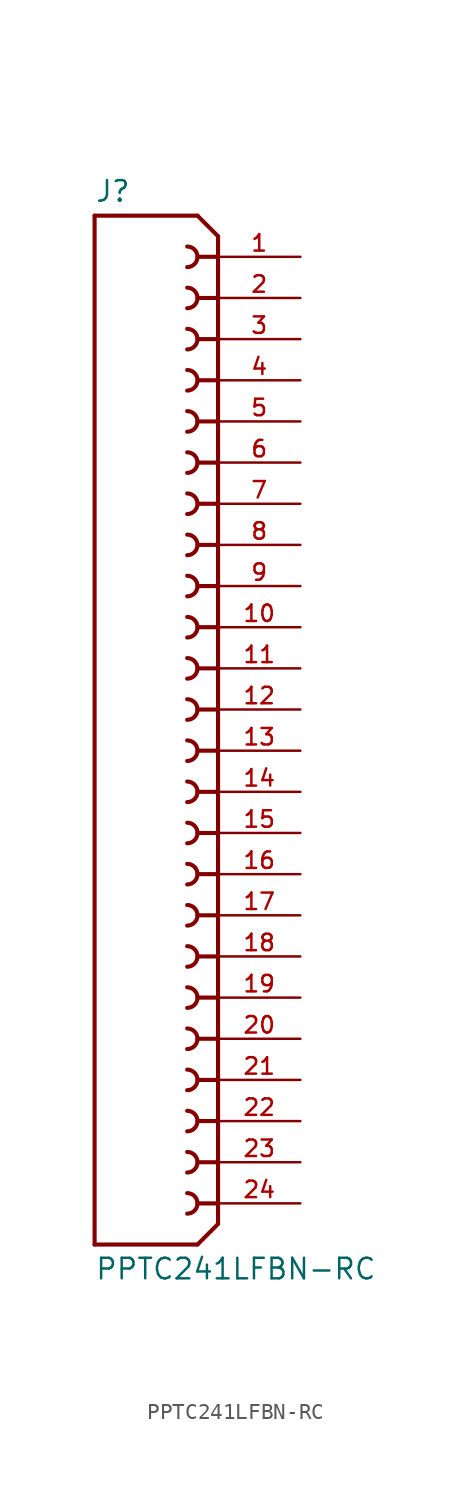
<source format=kicad_sym>
(kicad_symbol_lib
  (version 20211014)
  (generator kicad_symbol_editor)
  (symbol "PPTC241LFBN-RC"
    (pin_names
      (offset 1.016))
    (property "Reference" "J"
      (at -7.62 31.242 0)
      (effects (font (size 1.27 1.27)) (justify bottom left)))
    (property "Value" "PPTC241LFBN-RC"
      (at -7.62 -33.782 0)
      (effects (font (size 1.27 1.27)) (justify top left)))
    (symbol "PPTC241LFBN-RC_0_0"
      (polyline (pts (xy 0.0 29.21) (xy -1.27 30.48)) (stroke (width 0.254)))
      (polyline (pts (xy 0.0 29.21) (xy 0.0 27.94)) (stroke (width 0.254)))
      (polyline (pts (xy 0.0 27.94) (xy 0.0 -31.75)) (stroke (width 0.254)))
      (polyline (pts (xy 0.0 -31.75) (xy -1.27 -33.02)) (stroke (width 0.254)))
      (polyline (pts (xy -1.27 -33.02) (xy -7.62 -33.02)) (stroke (width 0.254)))
      (polyline (pts (xy -7.62 -33.02) (xy -7.62 30.48)) (stroke (width 0.254)))
      (polyline (pts (xy -7.62 30.48) (xy -1.27 30.48)) (stroke (width 0.254)))
      (polyline (pts (xy 0.0 27.94) (xy -1.27 27.94)) (stroke (width 0.254)))
      (arc (start -1.905 27.305) (mid -1.27 27.94) (end -1.905 28.575) (stroke (width 0.254) (type default) (color 0 0 0 0)) (fill (type none)))
      (polyline (pts (xy 0.0 25.4) (xy -1.27 25.4)) (stroke (width 0.254)))
      (arc (start -1.905 24.765) (mid -1.27 25.4) (end -1.905 26.035) (stroke (width 0.254) (type default) (color 0 0 0 0)) (fill (type none)))
      (polyline (pts (xy 0.0 22.86) (xy -1.27 22.86)) (stroke (width 0.254)))
      (arc (start -1.905 22.225) (mid -1.27 22.86) (end -1.905 23.495) (stroke (width 0.254) (type default) (color 0 0 0 0)) (fill (type none)))
      (polyline (pts (xy 0.0 20.32) (xy -1.27 20.32)) (stroke (width 0.254)))
      (arc (start -1.905 19.685) (mid -1.27 20.32) (end -1.905 20.955) (stroke (width 0.254) (type default) (color 0 0 0 0)) (fill (type none)))
      (polyline (pts (xy 0.0 17.78) (xy -1.27 17.78)) (stroke (width 0.254)))
      (arc (start -1.905 17.145) (mid -1.27 17.78) (end -1.905 18.415) (stroke (width 0.254) (type default) (color 0 0 0 0)) (fill (type none)))
      (polyline (pts (xy 0.0 15.24) (xy -1.27 15.24)) (stroke (width 0.254)))
      (arc (start -1.905 14.605) (mid -1.27 15.24) (end -1.905 15.875) (stroke (width 0.254) (type default) (color 0 0 0 0)) (fill (type none)))
      (polyline (pts (xy 0.0 12.7) (xy -1.27 12.7)) (stroke (width 0.254)))
      (arc (start -1.905 12.065) (mid -1.27 12.7) (end -1.905 13.335) (stroke (width 0.254) (type default) (color 0 0 0 0)) (fill (type none)))
      (polyline (pts (xy 0.0 10.16) (xy -1.27 10.16)) (stroke (width 0.254)))
      (arc (start -1.905 9.525) (mid -1.27 10.16) (end -1.905 10.795) (stroke (width 0.254) (type default) (color 0 0 0 0)) (fill (type none)))
      (polyline (pts (xy 0.0 7.62) (xy -1.27 7.62)) (stroke (width 0.254)))
      (arc (start -1.905 6.985) (mid -1.27 7.62) (end -1.905 8.255) (stroke (width 0.254) (type default) (color 0 0 0 0)) (fill (type none)))
      (polyline (pts (xy 0.0 -30.48) (xy -1.27 -30.48)) (stroke (width 0.254)))
      (arc (start -1.905 -31.115) (mid -1.27 -30.48) (end -1.905 -29.845) (stroke (width 0.254) (type default) (color 0 0 0 0)) (fill (type none)))
      (polyline (pts (xy 0.0 5.08) (xy -1.27 5.08)) (stroke (width 0.254)))
      (arc (start -1.905 4.445) (mid -1.27 5.08) (end -1.905 5.715) (stroke (width 0.254) (type default) (color 0 0 0 0)) (fill (type none)))
      (polyline (pts (xy 0.0 2.54) (xy -1.27 2.54)) (stroke (width 0.254)))
      (arc (start -1.905 1.905) (mid -1.27 2.54) (end -1.905 3.175) (stroke (width 0.254) (type default) (color 0 0 0 0)) (fill (type none)))
      (polyline (pts (xy 0.0 0.0) (xy -1.27 0.0)) (stroke (width 0.254)))
      (arc (start -1.905 -0.635) (mid -1.27 0.0) (end -1.905 0.635) (stroke (width 0.254) (type default) (color 0 0 0 0)) (fill (type none)))
      (polyline (pts (xy 0.0 -2.54) (xy -1.27 -2.54)) (stroke (width 0.254)))
      (arc (start -1.905 -3.175) (mid -1.27 -2.54) (end -1.905 -1.905) (stroke (width 0.254) (type default) (color 0 0 0 0)) (fill (type none)))
      (polyline (pts (xy 0.0 -5.08) (xy -1.27 -5.08)) (stroke (width 0.254)))
      (arc (start -1.905 -5.715) (mid -1.27 -5.08) (end -1.905 -4.445) (stroke (width 0.254) (type default) (color 0 0 0 0)) (fill (type none)))
      (polyline (pts (xy 0.0 -7.62) (xy -1.27 -7.62)) (stroke (width 0.254)))
      (arc (start -1.905 -8.255) (mid -1.27 -7.62) (end -1.905 -6.985) (stroke (width 0.254) (type default) (color 0 0 0 0)) (fill (type none)))
      (polyline (pts (xy 0.0 -10.16) (xy -1.27 -10.16)) (stroke (width 0.254)))
      (arc (start -1.905 -10.795) (mid -1.27 -10.16) (end -1.905 -9.525) (stroke (width 0.254) (type default) (color 0 0 0 0)) (fill (type none)))
      (polyline (pts (xy 0.0 -12.7) (xy -1.27 -12.7)) (stroke (width 0.254)))
      (arc (start -1.905 -13.335) (mid -1.27 -12.7) (end -1.905 -12.065) (stroke (width 0.254) (type default) (color 0 0 0 0)) (fill (type none)))
      (polyline (pts (xy 0.0 -15.24) (xy -1.27 -15.24)) (stroke (width 0.254)))
      (arc (start -1.905 -15.875) (mid -1.27 -15.24) (end -1.905 -14.605) (stroke (width 0.254) (type default) (color 0 0 0 0)) (fill (type none)))
      (polyline (pts (xy 0.0 -17.78) (xy -1.27 -17.78)) (stroke (width 0.254)))
      (arc (start -1.905 -18.415) (mid -1.27 -17.78) (end -1.905 -17.145) (stroke (width 0.254) (type default) (color 0 0 0 0)) (fill (type none)))
      (polyline (pts (xy 0.0 -20.32) (xy -1.27 -20.32)) (stroke (width 0.254)))
      (arc (start -1.905 -20.955) (mid -1.27 -20.32) (end -1.905 -19.685) (stroke (width 0.254) (type default) (color 0 0 0 0)) (fill (type none)))
      (polyline (pts (xy 0.0 -22.86) (xy -1.27 -22.86)) (stroke (width 0.254)))
      (arc (start -1.905 -23.495) (mid -1.27 -22.86) (end -1.905 -22.225) (stroke (width 0.254) (type default) (color 0 0 0 0)) (fill (type none)))
      (polyline (pts (xy 0.0 -25.4) (xy -1.27 -25.4)) (stroke (width 0.254)))
      (arc (start -1.905 -26.035) (mid -1.27 -25.4) (end -1.905 -24.765) (stroke (width 0.254) (type default) (color 0 0 0 0)) (fill (type none)))
      (polyline (pts (xy 0.0 -27.94) (xy -1.27 -27.94)) (stroke (width 0.254)))
      (arc (start -1.905 -28.575) (mid -1.27 -27.94) (end -1.905 -27.305) (stroke (width 0.254) (type default) (color 0 0 0 0)) (fill (type none)))
      (pin passive line (at 5.08 27.94 180.0) (length 5.08) (name "~" (effects (font (size 1.016 1.016)))) (number "1" (effects (font (size 1.016 1.016)))))
      (pin passive line (at 5.08 25.4 180.0) (length 5.08) (name "~" (effects (font (size 1.016 1.016)))) (number "2" (effects (font (size 1.016 1.016)))))
      (pin passive line (at 5.08 22.86 180.0) (length 5.08) (name "~" (effects (font (size 1.016 1.016)))) (number "3" (effects (font (size 1.016 1.016)))))
      (pin passive line (at 5.08 20.32 180.0) (length 5.08) (name "~" (effects (font (size 1.016 1.016)))) (number "4" (effects (font (size 1.016 1.016)))))
      (pin passive line (at 5.08 17.78 180.0) (length 5.08) (name "~" (effects (font (size 1.016 1.016)))) (number "5" (effects (font (size 1.016 1.016)))))
      (pin passive line (at 5.08 15.24 180.0) (length 5.08) (name "~" (effects (font (size 1.016 1.016)))) (number "6" (effects (font (size 1.016 1.016)))))
      (pin passive line (at 5.08 12.7 180.0) (length 5.08) (name "~" (effects (font (size 1.016 1.016)))) (number "7" (effects (font (size 1.016 1.016)))))
      (pin passive line (at 5.08 10.16 180.0) (length 5.08) (name "~" (effects (font (size 1.016 1.016)))) (number "8" (effects (font (size 1.016 1.016)))))
      (pin passive line (at 5.08 7.62 180.0) (length 5.08) (name "~" (effects (font (size 1.016 1.016)))) (number "9" (effects (font (size 1.016 1.016)))))
      (pin passive line (at 5.08 5.08 180.0) (length 5.08) (name "~" (effects (font (size 1.016 1.016)))) (number "10" (effects (font (size 1.016 1.016)))))
      (pin passive line (at 5.08 2.54 180.0) (length 5.08) (name "~" (effects (font (size 1.016 1.016)))) (number "11" (effects (font (size 1.016 1.016)))))
      (pin passive line (at 5.08 0.0 180.0) (length 5.08) (name "~" (effects (font (size 1.016 1.016)))) (number "12" (effects (font (size 1.016 1.016)))))
      (pin passive line (at 5.08 -2.54 180.0) (length 5.08) (name "~" (effects (font (size 1.016 1.016)))) (number "13" (effects (font (size 1.016 1.016)))))
      (pin passive line (at 5.08 -5.08 180.0) (length 5.08) (name "~" (effects (font (size 1.016 1.016)))) (number "14" (effects (font (size 1.016 1.016)))))
      (pin passive line (at 5.08 -7.62 180.0) (length 5.08) (name "~" (effects (font (size 1.016 1.016)))) (number "15" (effects (font (size 1.016 1.016)))))
      (pin passive line (at 5.08 -10.16 180.0) (length 5.08) (name "~" (effects (font (size 1.016 1.016)))) (number "16" (effects (font (size 1.016 1.016)))))
      (pin passive line (at 5.08 -12.7 180.0) (length 5.08) (name "~" (effects (font (size 1.016 1.016)))) (number "17" (effects (font (size 1.016 1.016)))))
      (pin passive line (at 5.08 -15.24 180.0) (length 5.08) (name "~" (effects (font (size 1.016 1.016)))) (number "18" (effects (font (size 1.016 1.016)))))
      (pin passive line (at 5.08 -17.78 180.0) (length 5.08) (name "~" (effects (font (size 1.016 1.016)))) (number "19" (effects (font (size 1.016 1.016)))))
      (pin passive line (at 5.08 -20.32 180.0) (length 5.08) (name "~" (effects (font (size 1.016 1.016)))) (number "20" (effects (font (size 1.016 1.016)))))
      (pin passive line (at 5.08 -22.86 180.0) (length 5.08) (name "~" (effects (font (size 1.016 1.016)))) (number "21" (effects (font (size 1.016 1.016)))))
      (pin passive line (at 5.08 -25.4 180.0) (length 5.08) (name "~" (effects (font (size 1.016 1.016)))) (number "22" (effects (font (size 1.016 1.016)))))
      (pin passive line (at 5.08 -27.94 180.0) (length 5.08) (name "~" (effects (font (size 1.016 1.016)))) (number "23" (effects (font (size 1.016 1.016)))))
      (pin passive line (at 5.08 -30.48 180.0) (length 5.08) (name "~" (effects (font (size 1.016 1.016)))) (number "24" (effects (font (size 1.016 1.016))))))))
</source>
